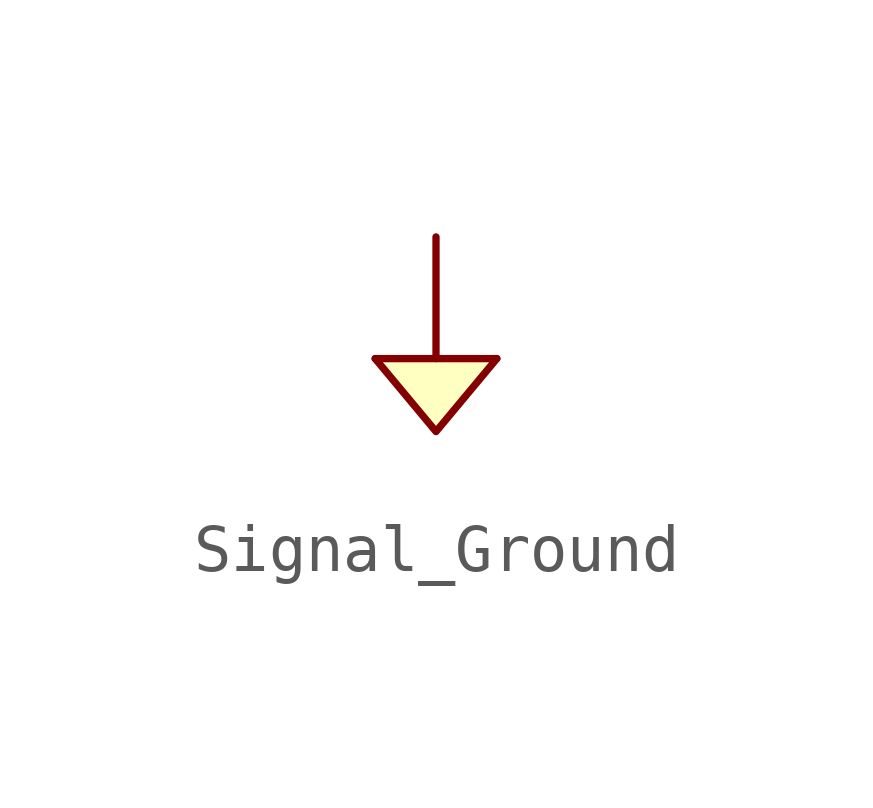
<source format=kicad_sym>
(kicad_symbol_lib
  (version 20220914)
  (generator kicad_symbol_editor)
  (symbol "Signal_Ground"
    (power)
    (pin_numbers hide)
    (pin_names
      (offset 0) hide)
    (property "Reference" "#PWR"
      (at -0.254 -2.794 0)
      (effects (font (size 1.27 1.27)) hide))
    (property "Footprint" ""
      (at 0 2.54 0)
      (effects (font (size 1.524 1.524))))
    (property "Datasheet" ""
      (at -0.508 -2.286 0)
      (effects (font (size 1.524 1.524))))
    (symbol "Signal_Ground_0_1"
      (polyline (pts (xy 0 0) (xy 1.27 0)) (stroke (width 0) (type default)) (fill (type none)))
      (polyline (pts (xy -1.27 0) (xy 0 -1.524) (xy 1.27 0)) (stroke (width 0) (type default)) (fill (type background)))
      (polyline (pts (xy 0 2.54) (xy 0 0) (xy -1.27 0)) (stroke (width 0) (type default)) (fill (type none))))
    (symbol "Signal_Ground_1_1"
      (pin power_in line (at 0 2.54 90) (length 0) hide (name "Signal_Ground" (effects (font (size 1.27 1.27)))) (number "1" (effects (font (size 1.27 1.27))))))))
</source>
